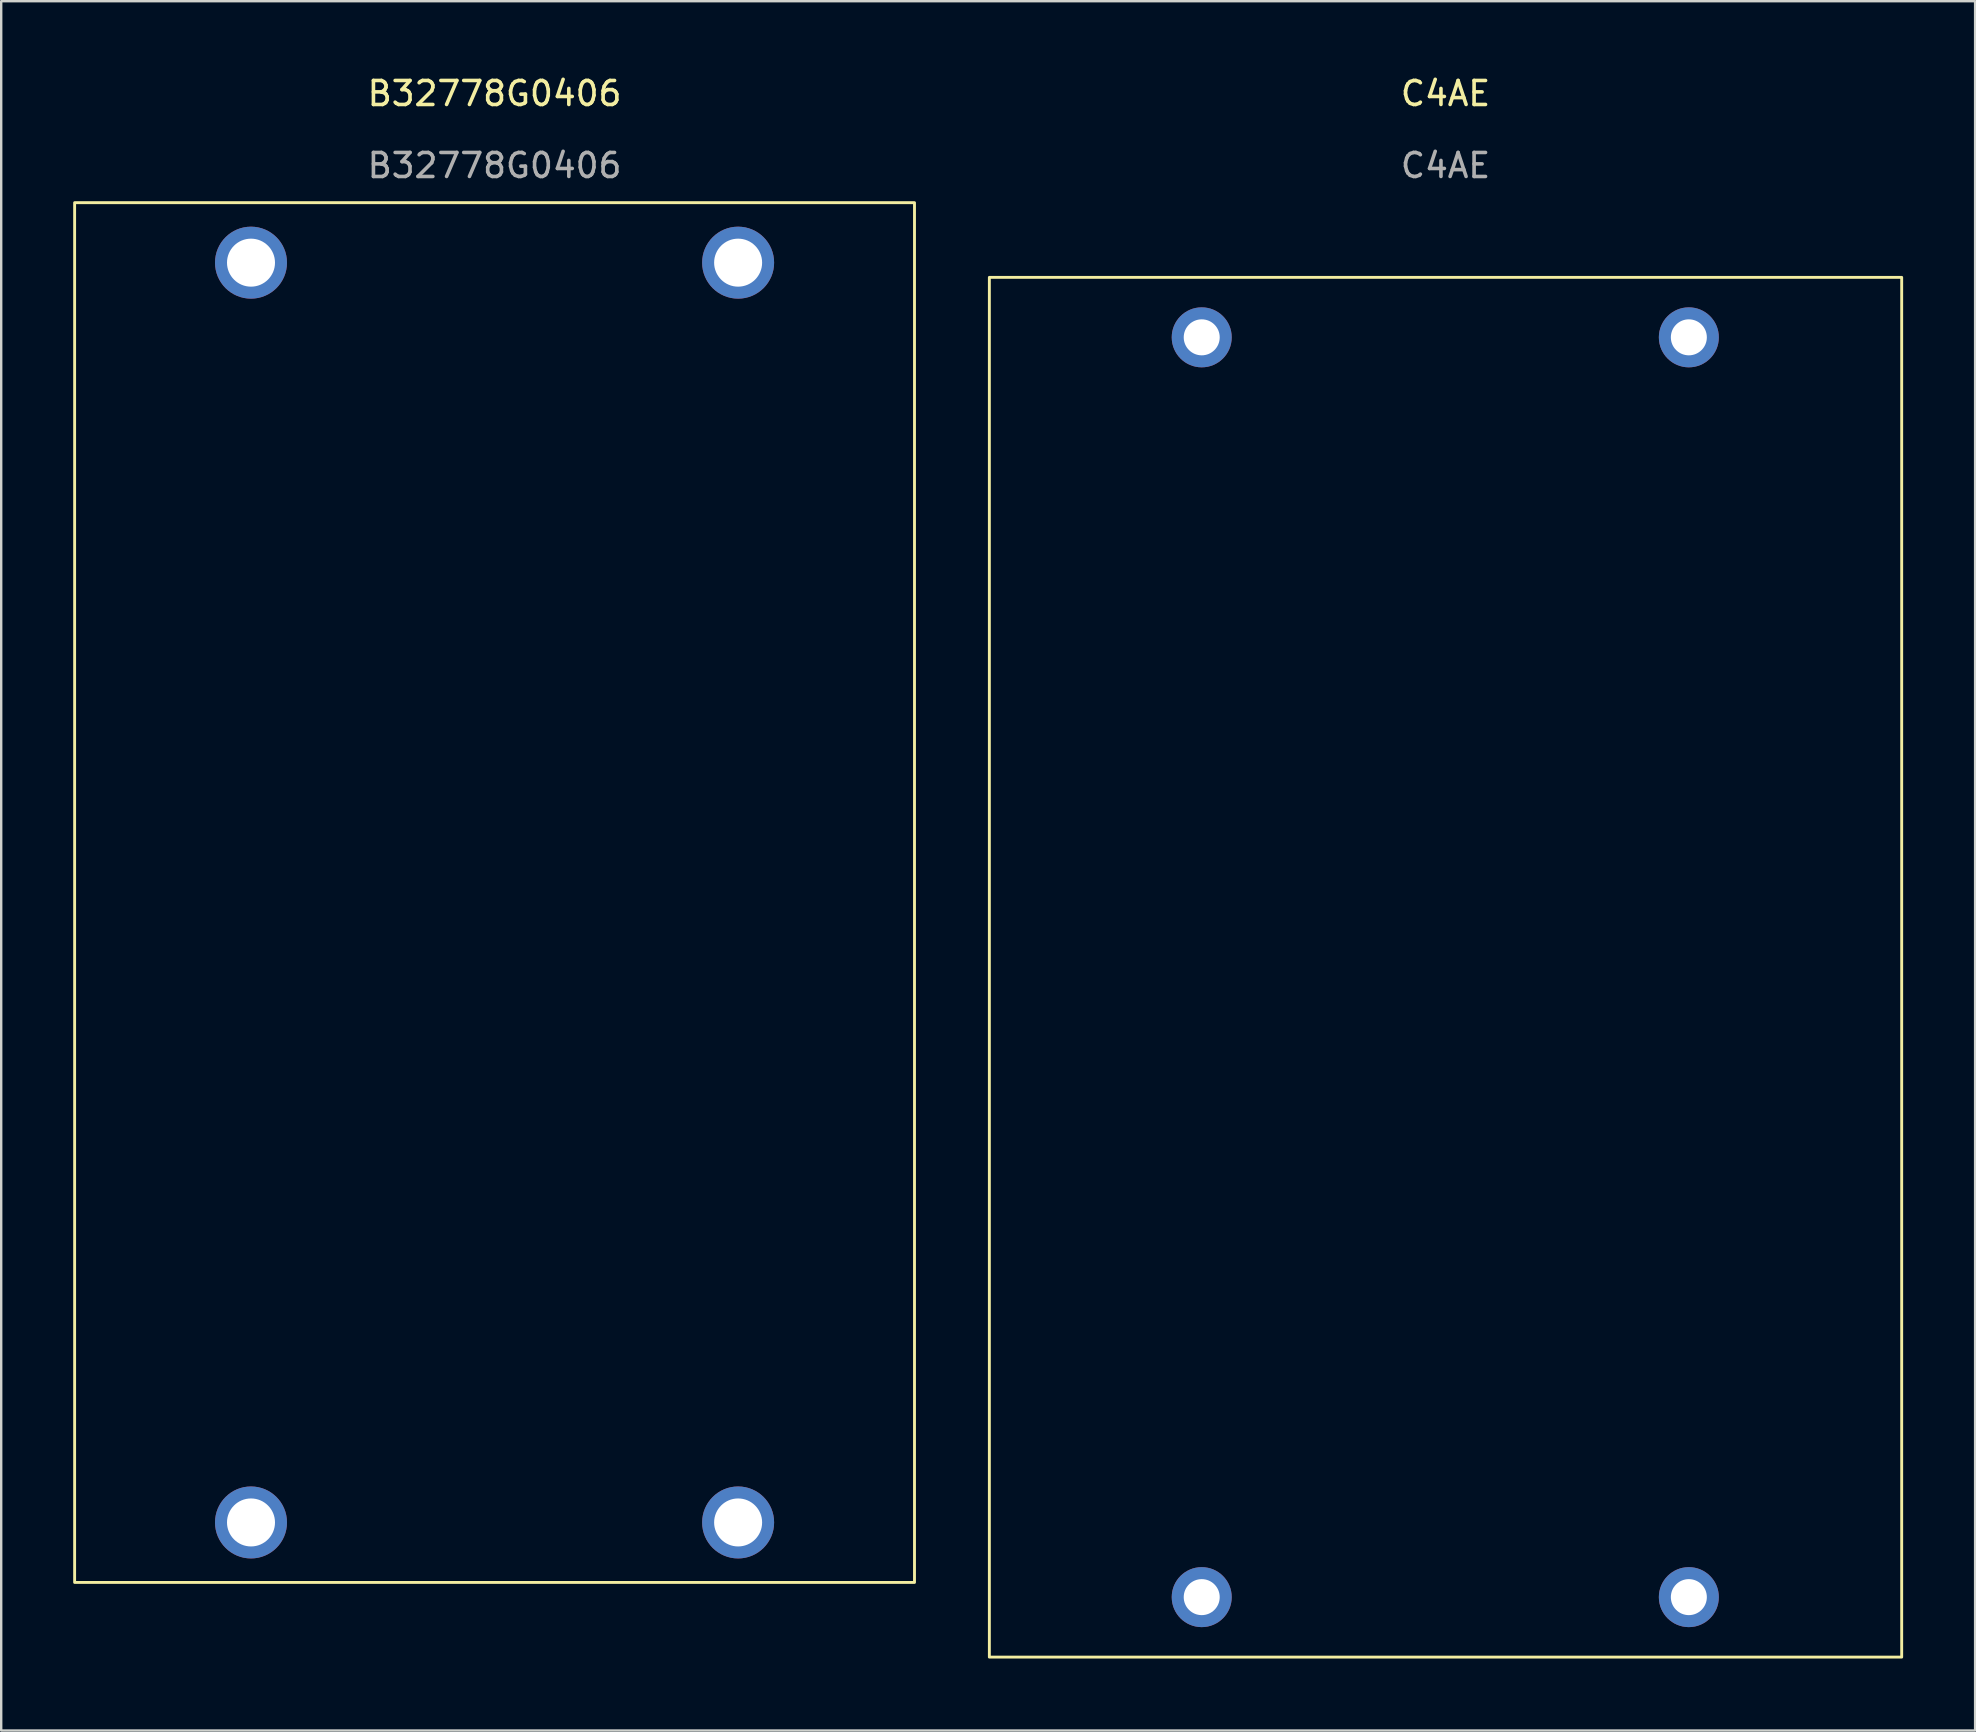
<source format=kicad_pcb>
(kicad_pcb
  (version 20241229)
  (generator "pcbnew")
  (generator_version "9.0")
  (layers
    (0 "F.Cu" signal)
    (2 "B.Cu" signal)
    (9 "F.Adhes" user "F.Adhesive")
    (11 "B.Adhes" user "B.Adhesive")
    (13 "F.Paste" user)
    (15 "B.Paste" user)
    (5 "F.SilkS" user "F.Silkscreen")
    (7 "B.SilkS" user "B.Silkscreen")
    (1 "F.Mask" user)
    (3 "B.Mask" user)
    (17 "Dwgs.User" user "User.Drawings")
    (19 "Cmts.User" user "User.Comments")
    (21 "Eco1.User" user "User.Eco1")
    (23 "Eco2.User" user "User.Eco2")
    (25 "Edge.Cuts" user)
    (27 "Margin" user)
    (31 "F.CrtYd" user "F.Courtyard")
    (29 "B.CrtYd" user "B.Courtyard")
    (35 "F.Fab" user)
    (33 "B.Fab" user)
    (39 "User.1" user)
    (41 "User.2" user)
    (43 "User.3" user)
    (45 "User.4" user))
  (footprint "C4AE"
    (layer "F.Cu")
    (at 58.5 8.508)
    (property "Reference" "C4AE" (at -1.31 -7.66 0) (unlocked yes) (layer "F.SilkS") (effects (font (size 1 1) (thickness 0.15))))
    (attr through_hole)
    (fp_rect (start -20.32 0) (end 17.7 57.5) (stroke (width 0.12) (type solid)) (fill no) (layer "F.SilkS"))
    (fp_text user "${REFERENCE}" (at -1.31 -4.66 0) (unlocked yes) (layer "F.Fab") (effects (font (size 1 1) (thickness 0.15))))
    (pad "1" thru_hole circle (at -11.47 2.5) (size 2.5 2.5) (drill 1.5) (layers "*.Cu" "*.Mask"))
    (pad "1" thru_hole circle (at 8.83 2.5) (size 2.5 2.5) (drill 1.5) (layers "*.Cu" "*.Mask"))
    (pad "2" thru_hole circle (at -11.47 55) (size 2.5 2.5) (drill 1.5) (layers "*.Cu" "*.Mask"))
    (pad "2" thru_hole circle (at 8.83 55) (size 2.5 2.5) (drill 1.5) (layers "*.Cu" "*.Mask")))
  (footprint "B32778G0406"
    (layer "F.Cu")
    (at 17.56 5.396)
    (property "Reference" "B32778G0406" (at 0 -4.548 0) (unlocked yes) (layer "F.SilkS") (effects (font (size 1 1) (thickness 0.15))))
    (attr smd)
    (fp_rect (start -17.5 0) (end 17.5 57.5) (stroke (width 0.12) (type solid)) (fill no) (layer "F.SilkS"))
    (fp_text user "${REFERENCE}" (at 0 -1.548 0) (unlocked yes) (layer "F.Fab") (effects (font (size 1 1) (thickness 0.15))))
    (pad "1" thru_hole circle (at -10.15 2.5) (size 3 3) (drill 2) (layers "*.Cu" "*.Mask"))
    (pad "1" thru_hole circle (at 10.15 2.5) (size 3 3) (drill 2) (layers "*.Cu" "*.Mask"))
    (pad "2" thru_hole circle (at -10.15 55) (size 3 3) (drill 2) (layers "*.Cu" "*.Mask"))
    (pad "2" thru_hole circle (at 10.15 55) (size 3 3) (drill 2) (layers "*.Cu" "*.Mask")))
  (gr_rect
    (start -3 -3)
    (end 79.26 69.068)
    (stroke (width 0.1) (type default))
    (fill no)
    (layer "Edge.Cuts")))
</source>
